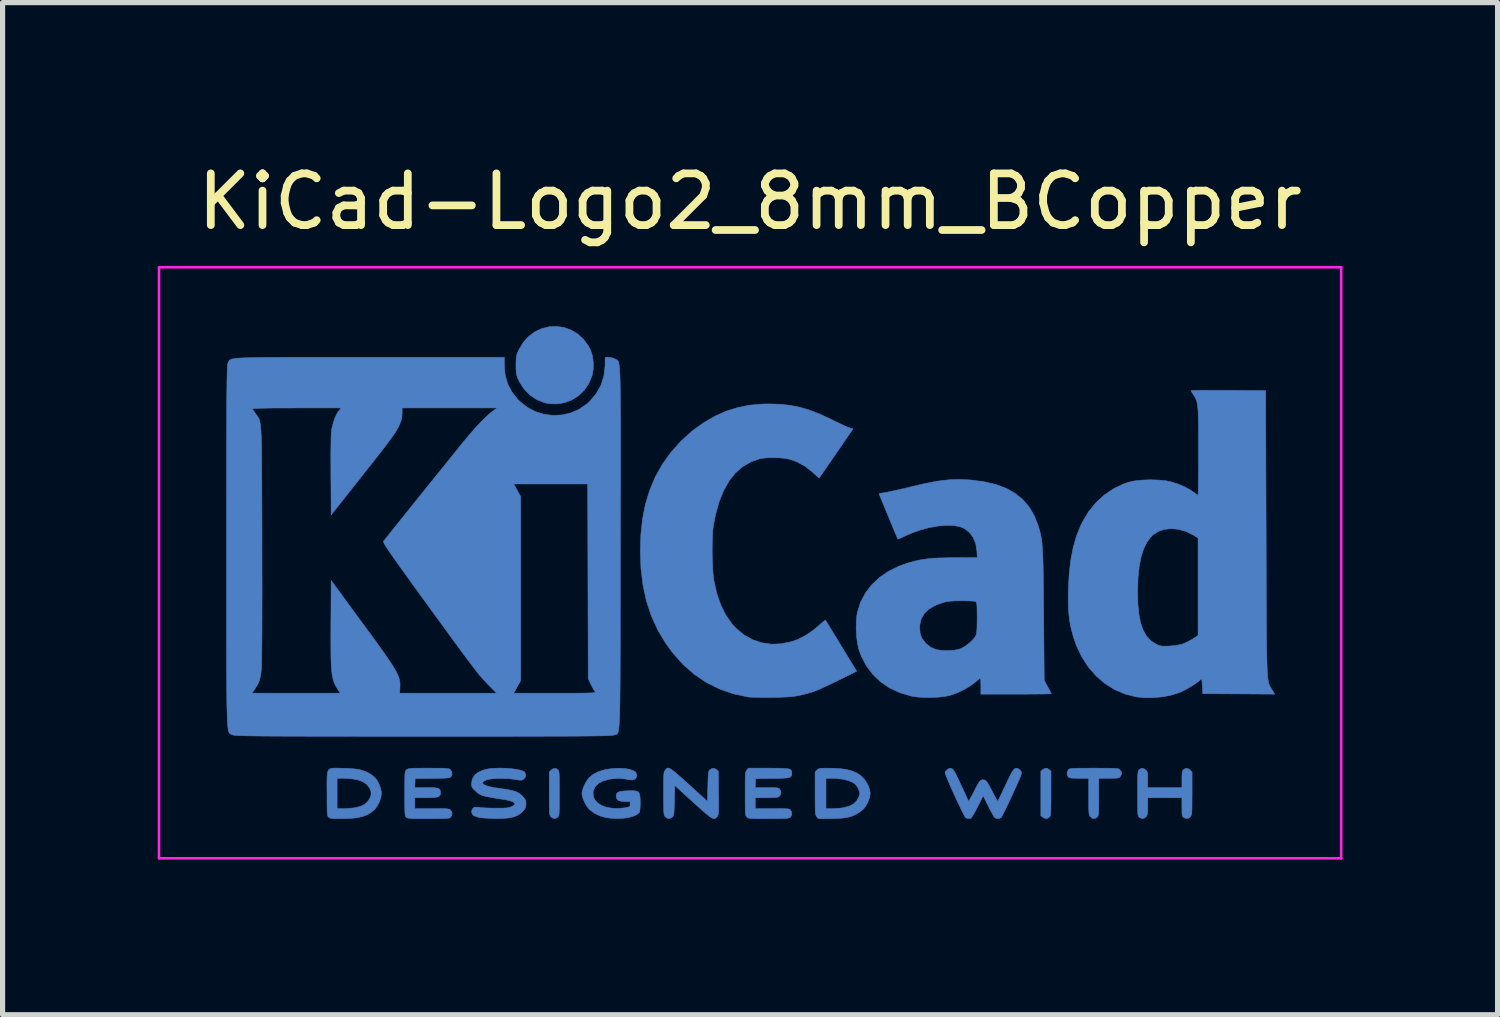
<source format=kicad_pcb>
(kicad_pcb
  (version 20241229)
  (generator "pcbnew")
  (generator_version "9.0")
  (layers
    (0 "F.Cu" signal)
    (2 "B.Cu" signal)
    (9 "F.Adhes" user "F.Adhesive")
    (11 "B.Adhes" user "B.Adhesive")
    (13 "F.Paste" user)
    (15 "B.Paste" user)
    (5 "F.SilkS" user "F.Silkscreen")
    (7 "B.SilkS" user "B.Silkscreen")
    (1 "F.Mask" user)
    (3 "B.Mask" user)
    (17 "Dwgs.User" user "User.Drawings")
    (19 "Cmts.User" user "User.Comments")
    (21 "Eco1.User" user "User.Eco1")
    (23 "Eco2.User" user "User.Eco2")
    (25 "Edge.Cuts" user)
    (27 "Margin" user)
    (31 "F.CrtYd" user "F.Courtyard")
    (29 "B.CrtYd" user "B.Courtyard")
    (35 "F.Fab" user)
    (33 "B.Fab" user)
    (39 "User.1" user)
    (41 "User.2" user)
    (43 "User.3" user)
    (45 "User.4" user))
  (footprint "KiCad-Logo2_8mm_BCopper"
    (layer "F.Cu")
    (at 11.455 7.198)
    (property "Reference" "KiCad-Logo2_8mm_BCopper" (at 0 -6.35 0) (layer "F.SilkS") (effects (font (size 1 1) (thickness 0.15))))
    (attr exclude_from_pos_files exclude_from_bom)
    (fp_poly (pts (xy 5.752 4.615) (xy 5.783 4.635) (xy 5.819 4.664) (xy 5.819 5.092) (xy 5.819 5.217) (xy 5.818 5.316) (xy 5.817 5.391) (xy 5.815 5.447) (xy 5.812 5.487) (xy 5.808 5.515) (xy 5.802 5.533) (xy 5.795 5.545) (xy 5.79 5.552) (xy 5.748 5.579) (xy 5.701 5.578) (xy 5.659 5.555) (xy 5.623 5.526) (xy 5.623 4.664) (xy 5.659 4.635) (xy 5.693 4.614) (xy 5.721 4.606) (xy 5.752 4.615)) (stroke (width 0.01) (type solid)) (fill yes) (layer "B.Cu"))
    (fp_poly (pts (xy -3.718 4.636) (xy -3.709 4.647) (xy -3.702 4.66) (xy -3.697 4.679) (xy -3.693 4.708) (xy -3.69 4.751) (xy -3.689 4.811) (xy -3.688 4.89) (xy -3.688 4.994) (xy -3.688 5.095) (xy -3.688 5.22) (xy -3.688 5.318) (xy -3.689 5.393) (xy -3.691 5.449) (xy -3.694 5.489) (xy -3.698 5.516) (xy -3.703 5.533) (xy -3.711 5.545) (xy -3.718 5.553) (xy -3.762 5.579) (xy -3.808 5.577) (xy -3.85 5.549) (xy -3.86 5.537) (xy -3.867 5.524) (xy -3.873 5.506) (xy -3.877 5.479) (xy -3.88 5.439) (xy -3.882 5.383) (xy -3.883 5.308) (xy -3.883 5.209) (xy -3.883 5.097) (xy -3.883 4.68) (xy -3.846 4.643) (xy -3.801 4.612) (xy -3.756 4.611) (xy -3.718 4.636)) (stroke (width 0.01) (type solid)) (fill yes) (layer "B.Cu"))
    (fp_poly (pts (xy -3.602 -3.916) (xy -3.466 -3.869) (xy -3.339 -3.794) (xy -3.226 -3.693) (xy -3.13 -3.564) (xy -3.087 -3.483) (xy -3.05 -3.37) (xy -3.032 -3.239) (xy -3.034 -3.105) (xy -3.056 -2.983) (xy -3.117 -2.834) (xy -3.205 -2.705) (xy -3.315 -2.598) (xy -3.444 -2.516) (xy -3.587 -2.461) (xy -3.739 -2.436) (xy -3.896 -2.444) (xy -3.973 -2.46) (xy -4.124 -2.519) (xy -4.258 -2.608) (xy -4.372 -2.726) (xy -4.463 -2.869) (xy -4.47 -2.885) (xy -4.497 -2.943) (xy -4.513 -2.993) (xy -4.522 -3.045) (xy -4.526 -3.111) (xy -4.527 -3.184) (xy -4.526 -3.271) (xy -4.521 -3.334) (xy -4.511 -3.385) (xy -4.492 -3.436) (xy -4.469 -3.487) (xy -4.384 -3.63) (xy -4.279 -3.745) (xy -4.158 -3.834) (xy -4.026 -3.895) (xy -3.886 -3.929) (xy -3.744 -3.936) (xy -3.602 -3.916)) (stroke (width 0.01) (type solid)) (fill yes) (layer "B.Cu"))
    (fp_poly (pts (xy 6.783 4.607) (xy 6.887 4.607) (xy 6.969 4.608) (xy 7.03 4.61) (xy 7.074 4.613) (xy 7.105 4.616) (xy 7.126 4.621) (xy 7.139 4.628) (xy 7.146 4.633) (xy 7.18 4.676) (xy 7.184 4.721) (xy 7.163 4.762) (xy 7.149 4.778) (xy 7.134 4.789) (xy 7.113 4.796) (xy 7.079 4.8) (xy 7.027 4.801) (xy 6.952 4.802) (xy 6.937 4.802) (xy 6.743 4.802) (xy 6.743 5.163) (xy 6.743 5.276) (xy 6.742 5.364) (xy 6.741 5.429) (xy 6.739 5.475) (xy 6.735 5.507) (xy 6.729 5.528) (xy 6.722 5.543) (xy 6.713 5.553) (xy 6.669 5.58) (xy 6.623 5.578) (xy 6.582 5.547) (xy 6.579 5.544) (xy 6.569 5.53) (xy 6.561 5.513) (xy 6.556 5.49) (xy 6.552 5.457) (xy 6.55 5.409) (xy 6.548 5.343) (xy 6.548 5.254) (xy 6.548 5.153) (xy 6.548 4.802) (xy 6.362 4.802) (xy 6.282 4.801) (xy 6.227 4.799) (xy 6.191 4.795) (xy 6.168 4.787) (xy 6.153 4.776) (xy 6.152 4.774) (xy 6.13 4.73) (xy 6.132 4.68) (xy 6.157 4.636) (xy 6.167 4.628) (xy 6.179 4.621) (xy 6.198 4.616) (xy 6.226 4.612) (xy 6.267 4.61) (xy 6.324 4.608) (xy 6.4 4.607) (xy 6.499 4.607) (xy 6.624 4.606) (xy 6.651 4.606) (xy 6.783 4.607)) (stroke (width 0.01) (type solid)) (fill yes) (layer "B.Cu"))
    (fp_poly (pts (xy 8.468 4.614) (xy 8.51 4.643) (xy 8.547 4.68) (xy 8.547 5.092) (xy 8.546 5.214) (xy 8.546 5.31) (xy 8.545 5.384) (xy 8.543 5.438) (xy 8.54 5.476) (xy 8.536 5.503) (xy 8.529 5.521) (xy 8.522 5.535) (xy 8.515 5.544) (xy 8.474 5.576) (xy 8.427 5.58) (xy 8.385 5.56) (xy 8.37 5.548) (xy 8.361 5.532) (xy 8.355 5.507) (xy 8.352 5.466) (xy 8.351 5.405) (xy 8.351 5.357) (xy 8.351 5.178) (xy 7.69 5.178) (xy 7.69 5.341) (xy 7.689 5.416) (xy 7.686 5.467) (xy 7.681 5.501) (xy 7.671 5.526) (xy 7.659 5.544) (xy 7.618 5.576) (xy 7.571 5.58) (xy 7.526 5.557) (xy 7.514 5.545) (xy 7.506 5.529) (xy 7.5 5.504) (xy 7.497 5.465) (xy 7.495 5.406) (xy 7.494 5.324) (xy 7.494 5.305) (xy 7.493 5.15) (xy 7.493 5.023) (xy 7.493 4.919) (xy 7.494 4.838) (xy 7.495 4.775) (xy 7.497 4.728) (xy 7.501 4.695) (xy 7.505 4.671) (xy 7.51 4.656) (xy 7.517 4.645) (xy 7.525 4.636) (xy 7.567 4.61) (xy 7.611 4.614) (xy 7.653 4.643) (xy 7.67 4.662) (xy 7.681 4.684) (xy 7.687 4.714) (xy 7.689 4.76) (xy 7.69 4.828) (xy 7.69 4.982) (xy 8.351 4.982) (xy 8.351 4.824) (xy 8.352 4.752) (xy 8.355 4.703) (xy 8.36 4.671) (xy 8.37 4.649) (xy 8.381 4.636) (xy 8.424 4.61) (xy 8.468 4.614)) (stroke (width 0.01) (type solid)) (fill yes) (layer "B.Cu"))
    (fp_poly (pts (xy 1.531 4.607) (xy 1.703 4.612) (xy 1.849 4.63) (xy 1.971 4.661) (xy 2.073 4.705) (xy 2.157 4.764) (xy 2.224 4.84) (xy 2.278 4.932) (xy 2.279 4.934) (xy 2.311 5.017) (xy 2.323 5.09) (xy 2.314 5.164) (xy 2.283 5.248) (xy 2.278 5.261) (xy 2.239 5.336) (xy 2.195 5.394) (xy 2.139 5.443) (xy 2.062 5.492) (xy 2.057 5.494) (xy 1.99 5.527) (xy 1.915 5.551) (xy 1.825 5.567) (xy 1.718 5.578) (xy 1.586 5.582) (xy 1.54 5.583) (xy 1.319 5.583) (xy 1.288 5.544) (xy 1.279 5.531) (xy 1.272 5.516) (xy 1.266 5.494) (xy 1.263 5.464) (xy 1.26 5.42) (xy 1.259 5.388) (xy 1.468 5.388) (xy 1.593 5.388) (xy 1.666 5.386) (xy 1.741 5.38) (xy 1.802 5.372) (xy 1.806 5.372) (xy 1.916 5.342) (xy 2 5.298) (xy 2.064 5.237) (xy 2.107 5.157) (xy 2.115 5.136) (xy 2.122 5.103) (xy 2.119 5.071) (xy 2.103 5.028) (xy 2.094 5.006) (xy 2.063 4.95) (xy 2.025 4.91) (xy 1.984 4.883) (xy 1.902 4.847) (xy 1.796 4.821) (xy 1.673 4.806) (xy 1.584 4.802) (xy 1.468 4.802) (xy 1.468 5.388) (xy 1.259 5.388) (xy 1.258 5.36) (xy 1.258 5.279) (xy 1.257 5.174) (xy 1.257 5.092) (xy 1.257 4.68) (xy 1.294 4.643) (xy 1.31 4.628) (xy 1.328 4.618) (xy 1.353 4.612) (xy 1.39 4.608) (xy 1.446 4.607) (xy 1.526 4.607) (xy 1.531 4.607)) (stroke (width 0.01) (type solid)) (fill yes) (layer "B.Cu"))
    (fp_poly (pts (xy -7.975 4.606) (xy -7.922 4.607) (xy -7.768 4.611) (xy -7.639 4.622) (xy -7.531 4.641) (xy -7.439 4.67) (xy -7.358 4.711) (xy -7.286 4.763) (xy -7.259 4.785) (xy -7.216 4.838) (xy -7.177 4.91) (xy -7.147 4.99) (xy -7.131 5.067) (xy -7.129 5.095) (xy -7.14 5.173) (xy -7.169 5.259) (xy -7.21 5.34) (xy -7.259 5.404) (xy -7.267 5.412) (xy -7.335 5.467) (xy -7.409 5.51) (xy -7.493 5.541) (xy -7.593 5.564) (xy -7.712 5.577) (xy -7.854 5.583) (xy -7.919 5.583) (xy -8.002 5.583) (xy -8.06 5.581) (xy -8.099 5.578) (xy -8.125 5.571) (xy -8.142 5.562) (xy -8.151 5.553) (xy -8.16 5.543) (xy -8.167 5.53) (xy -8.172 5.511) (xy -8.176 5.481) (xy -8.179 5.439) (xy -8.18 5.379) (xy -8.181 5.299) (xy -8.181 5.196) (xy -8.181 5.095) (xy -8.182 4.961) (xy -8.182 4.853) (xy -8.18 4.802) (xy -7.986 4.802) (xy -7.986 5.388) (xy -7.862 5.388) (xy -7.787 5.386) (xy -7.709 5.38) (xy -7.644 5.372) (xy -7.642 5.372) (xy -7.537 5.347) (xy -7.455 5.307) (xy -7.393 5.251) (xy -7.353 5.189) (xy -7.329 5.122) (xy -7.331 5.058) (xy -7.359 4.99) (xy -7.414 4.919) (xy -7.491 4.867) (xy -7.59 4.832) (xy -7.657 4.819) (xy -7.732 4.811) (xy -7.812 4.804) (xy -7.881 4.802) (xy -7.885 4.802) (xy -7.986 4.802) (xy -8.18 4.802) (xy -8.18 4.77) (xy -8.174 4.708) (xy -8.163 4.663) (xy -8.145 4.634) (xy -8.119 4.617) (xy -8.083 4.608) (xy -8.036 4.606) (xy -7.975 4.606)) (stroke (width 0.01) (type solid)) (fill yes) (layer "B.Cu"))
    (fp_poly (pts (xy -1.556 4.612) (xy -1.524 4.631) (xy -1.483 4.661) (xy -1.431 4.704) (xy -1.364 4.762) (xy -1.281 4.835) (xy -1.18 4.926) (xy -1.065 5.031) (xy -0.824 5.249) (xy -0.817 4.957) (xy -0.814 4.856) (xy -0.812 4.781) (xy -0.808 4.727) (xy -0.804 4.691) (xy -0.799 4.667) (xy -0.79 4.651) (xy -0.78 4.64) (xy -0.774 4.635) (xy -0.728 4.61) (xy -0.684 4.614) (xy -0.649 4.635) (xy -0.614 4.664) (xy -0.61 5.083) (xy -0.608 5.206) (xy -0.608 5.303) (xy -0.608 5.377) (xy -0.609 5.432) (xy -0.612 5.471) (xy -0.616 5.499) (xy -0.621 5.518) (xy -0.629 5.532) (xy -0.637 5.543) (xy -0.655 5.564) (xy -0.673 5.578) (xy -0.693 5.583) (xy -0.718 5.578) (xy -0.751 5.562) (xy -0.793 5.533) (xy -0.848 5.489) (xy -0.917 5.429) (xy -1.004 5.352) (xy -1.102 5.263) (xy -1.456 4.942) (xy -1.463 5.234) (xy -1.466 5.335) (xy -1.469 5.41) (xy -1.472 5.463) (xy -1.476 5.5) (xy -1.482 5.523) (xy -1.49 5.539) (xy -1.501 5.55) (xy -1.506 5.555) (xy -1.555 5.58) (xy -1.602 5.576) (xy -1.642 5.544) (xy -1.652 5.531) (xy -1.659 5.515) (xy -1.664 5.494) (xy -1.668 5.464) (xy -1.671 5.42) (xy -1.672 5.359) (xy -1.673 5.278) (xy -1.674 5.173) (xy -1.674 5.095) (xy -1.673 4.973) (xy -1.673 4.878) (xy -1.672 4.805) (xy -1.67 4.751) (xy -1.667 4.713) (xy -1.662 4.686) (xy -1.656 4.668) (xy -1.648 4.654) (xy -1.642 4.646) (xy -1.627 4.627) (xy -1.613 4.613) (xy -1.598 4.605) (xy -1.58 4.604) (xy -1.556 4.612)) (stroke (width 0.01) (type solid)) (fill yes) (layer "B.Cu"))
    (fp_poly (pts (xy -2.421 4.614) (xy -2.33 4.629) (xy -2.26 4.653) (xy -2.214 4.684) (xy -2.202 4.702) (xy -2.189 4.744) (xy -2.198 4.781) (xy -2.225 4.817) (xy -2.266 4.834) (xy -2.327 4.832) (xy -2.374 4.823) (xy -2.478 4.806) (xy -2.584 4.804) (xy -2.703 4.818) (xy -2.736 4.824) (xy -2.846 4.855) (xy -2.933 4.902) (xy -2.994 4.963) (xy -3.03 5.037) (xy -3.037 5.075) (xy -3.032 5.154) (xy -3.001 5.223) (xy -2.947 5.281) (xy -2.872 5.328) (xy -2.779 5.362) (xy -2.671 5.382) (xy -2.551 5.386) (xy -2.422 5.373) (xy -2.415 5.371) (xy -2.364 5.362) (xy -2.335 5.353) (xy -2.323 5.339) (xy -2.32 5.316) (xy -2.32 5.304) (xy -2.32 5.253) (xy -2.411 5.253) (xy -2.492 5.247) (xy -2.546 5.23) (xy -2.578 5.198) (xy -2.59 5.152) (xy -2.59 5.146) (xy -2.583 5.106) (xy -2.56 5.078) (xy -2.517 5.059) (xy -2.45 5.049) (xy -2.385 5.045) (xy -2.291 5.042) (xy -2.223 5.046) (xy -2.176 5.059) (xy -2.147 5.085) (xy -2.132 5.127) (xy -2.126 5.191) (xy -2.124 5.273) (xy -2.126 5.366) (xy -2.132 5.429) (xy -2.141 5.462) (xy -2.143 5.465) (xy -2.195 5.507) (xy -2.271 5.54) (xy -2.366 5.564) (xy -2.476 5.578) (xy -2.596 5.58) (xy -2.72 5.572) (xy -2.793 5.561) (xy -2.908 5.528) (xy -3.015 5.475) (xy -3.104 5.406) (xy -3.118 5.393) (xy -3.162 5.335) (xy -3.202 5.263) (xy -3.232 5.188) (xy -3.25 5.119) (xy -3.252 5.093) (xy -3.243 5.038) (xy -3.219 4.97) (xy -3.186 4.898) (xy -3.146 4.833) (xy -3.112 4.789) (xy -3.031 4.724) (xy -2.926 4.672) (xy -2.801 4.635) (xy -2.66 4.613) (xy -2.53 4.608) (xy -2.421 4.614)) (stroke (width 0.01) (type solid)) (fill yes) (layer "B.Cu"))
    (fp_poly (pts (xy 0.482 4.607) (xy 0.583 4.608) (xy 0.661 4.611) (xy 0.719 4.616) (xy 0.758 4.624) (xy 0.784 4.636) (xy 0.798 4.652) (xy 0.805 4.673) (xy 0.806 4.699) (xy 0.806 4.703) (xy 0.805 4.733) (xy 0.799 4.756) (xy 0.784 4.774) (xy 0.757 4.786) (xy 0.715 4.794) (xy 0.655 4.8) (xy 0.572 4.803) (xy 0.463 4.805) (xy 0.43 4.805) (xy 0.107 4.809) (xy 0.103 4.896) (xy 0.098 4.982) (xy 0.322 4.982) (xy 0.41 4.982) (xy 0.472 4.984) (xy 0.515 4.987) (xy 0.542 4.992) (xy 0.56 5) (xy 0.573 5.012) (xy 0.573 5.012) (xy 0.596 5.056) (xy 0.595 5.105) (xy 0.571 5.146) (xy 0.566 5.15) (xy 0.549 5.161) (xy 0.525 5.169) (xy 0.49 5.174) (xy 0.438 5.176) (xy 0.364 5.177) (xy 0.316 5.178) (xy 0.1 5.178) (xy 0.1 5.388) (xy 0.428 5.388) (xy 0.537 5.388) (xy 0.619 5.389) (xy 0.679 5.391) (xy 0.721 5.393) (xy 0.749 5.398) (xy 0.767 5.404) (xy 0.778 5.412) (xy 0.781 5.415) (xy 0.803 5.457) (xy 0.805 5.505) (xy 0.787 5.547) (xy 0.773 5.56) (xy 0.758 5.567) (xy 0.736 5.573) (xy 0.702 5.577) (xy 0.653 5.58) (xy 0.585 5.582) (xy 0.495 5.583) (xy 0.379 5.583) (xy 0.353 5.583) (xy 0.235 5.583) (xy 0.143 5.583) (xy 0.075 5.582) (xy 0.025 5.58) (xy -0.01 5.577) (xy -0.033 5.572) (xy -0.048 5.565) (xy -0.059 5.557) (xy -0.065 5.55) (xy -0.074 5.539) (xy -0.081 5.526) (xy -0.086 5.506) (xy -0.09 5.477) (xy -0.093 5.434) (xy -0.094 5.374) (xy -0.095 5.294) (xy -0.095 5.189) (xy -0.095 5.102) (xy -0.095 4.979) (xy -0.095 4.882) (xy -0.094 4.808) (xy -0.092 4.754) (xy -0.089 4.715) (xy -0.085 4.688) (xy -0.079 4.669) (xy -0.071 4.655) (xy -0.064 4.646) (xy -0.033 4.606) (xy 0.353 4.606) (xy 0.482 4.607)) (stroke (width 0.01) (type solid)) (fill yes) (layer "B.Cu"))
    (fp_poly (pts (xy -6.099 4.607) (xy -6.007 4.607) (xy -5.937 4.608) (xy -5.886 4.61) (xy -5.851 4.614) (xy -5.827 4.618) (xy -5.811 4.625) (xy -5.799 4.633) (xy -5.795 4.637) (xy -5.768 4.678) (xy -5.763 4.726) (xy -5.781 4.768) (xy -5.789 4.777) (xy -5.802 4.785) (xy -5.823 4.791) (xy -5.855 4.796) (xy -5.903 4.8) (xy -5.971 4.802) (xy -6.062 4.804) (xy -6.146 4.805) (xy -6.476 4.809) (xy -6.485 4.982) (xy -6.261 4.982) (xy -6.164 4.983) (xy -6.092 4.986) (xy -6.043 4.994) (xy -6.012 5.007) (xy -5.995 5.028) (xy -5.988 5.057) (xy -5.987 5.084) (xy -5.99 5.117) (xy -6.003 5.141) (xy -6.028 5.158) (xy -6.071 5.169) (xy -6.133 5.175) (xy -6.221 5.177) (xy -6.268 5.178) (xy -6.483 5.178) (xy -6.483 5.388) (xy -6.152 5.388) (xy -6.044 5.388) (xy -5.962 5.389) (xy -5.901 5.39) (xy -5.859 5.393) (xy -5.83 5.397) (xy -5.811 5.404) (xy -5.798 5.412) (xy -5.792 5.418) (xy -5.769 5.454) (xy -5.762 5.486) (xy -5.772 5.525) (xy -5.792 5.553) (xy -5.802 5.562) (xy -5.816 5.569) (xy -5.836 5.575) (xy -5.866 5.578) (xy -5.911 5.581) (xy -5.973 5.582) (xy -6.056 5.583) (xy -6.164 5.583) (xy -6.22 5.583) (xy -6.34 5.583) (xy -6.434 5.583) (xy -6.505 5.582) (xy -6.556 5.58) (xy -6.592 5.576) (xy -6.617 5.572) (xy -6.633 5.566) (xy -6.644 5.558) (xy -6.648 5.553) (xy -6.657 5.543) (xy -6.664 5.53) (xy -6.669 5.511) (xy -6.673 5.481) (xy -6.676 5.438) (xy -6.677 5.379) (xy -6.678 5.298) (xy -6.678 5.194) (xy -6.678 5.097) (xy -6.678 4.973) (xy -6.678 4.876) (xy -6.677 4.801) (xy -6.676 4.746) (xy -6.673 4.707) (xy -6.669 4.681) (xy -6.663 4.663) (xy -6.656 4.651) (xy -6.646 4.641) (xy -6.644 4.639) (xy -6.632 4.629) (xy -6.619 4.622) (xy -6.6 4.616) (xy -6.571 4.612) (xy -6.53 4.609) (xy -6.472 4.607) (xy -6.394 4.607) (xy -6.291 4.606) (xy -6.218 4.606) (xy -6.099 4.607)) (stroke (width 0.01) (type solid)) (fill yes) (layer "B.Cu"))
    (fp_poly (pts (xy 5.161 4.609) (xy 5.187 4.618) (xy 5.188 4.619) (xy 5.223 4.646) (xy 5.243 4.674) (xy 5.246 4.687) (xy 5.246 4.704) (xy 5.241 4.729) (xy 5.229 4.764) (xy 5.21 4.812) (xy 5.182 4.878) (xy 5.144 4.962) (xy 5.095 5.07) (xy 5.068 5.129) (xy 5.019 5.233) (xy 4.974 5.33) (xy 4.933 5.414) (xy 4.898 5.483) (xy 4.872 5.533) (xy 4.856 5.561) (xy 4.852 5.565) (xy 4.811 5.581) (xy 4.764 5.579) (xy 4.727 5.559) (xy 4.725 5.557) (xy 4.711 5.534) (xy 4.686 5.491) (xy 4.654 5.431) (xy 4.618 5.361) (xy 4.605 5.336) (xy 4.507 5.14) (xy 4.401 5.352) (xy 4.363 5.426) (xy 4.328 5.489) (xy 4.298 5.538) (xy 4.277 5.568) (xy 4.27 5.574) (xy 4.215 5.582) (xy 4.169 5.565) (xy 4.155 5.546) (xy 4.132 5.503) (xy 4.101 5.442) (xy 4.064 5.366) (xy 4.022 5.278) (xy 3.978 5.185) (xy 3.934 5.089) (xy 3.892 4.994) (xy 3.853 4.906) (xy 3.82 4.827) (xy 3.793 4.763) (xy 3.776 4.717) (xy 3.77 4.693) (xy 3.77 4.692) (xy 3.785 4.663) (xy 3.814 4.633) (xy 3.816 4.631) (xy 3.852 4.611) (xy 3.885 4.611) (xy 3.898 4.615) (xy 3.913 4.623) (xy 3.929 4.64) (xy 3.949 4.667) (xy 3.973 4.71) (xy 4.003 4.771) (xy 4.043 4.854) (xy 4.078 4.93) (xy 4.119 5.018) (xy 4.156 5.097) (xy 4.186 5.164) (xy 4.209 5.213) (xy 4.221 5.241) (xy 4.223 5.245) (xy 4.231 5.238) (xy 4.25 5.208) (xy 4.277 5.16) (xy 4.31 5.098) (xy 4.323 5.072) (xy 4.366 4.986) (xy 4.4 4.923) (xy 4.427 4.88) (xy 4.449 4.853) (xy 4.469 4.838) (xy 4.491 4.832) (xy 4.505 4.832) (xy 4.529 4.834) (xy 4.551 4.843) (xy 4.573 4.863) (xy 4.597 4.897) (xy 4.627 4.949) (xy 4.665 5.022) (xy 4.687 5.064) (xy 4.721 5.131) (xy 4.751 5.186) (xy 4.774 5.226) (xy 4.787 5.244) (xy 4.789 5.245) (xy 4.798 5.23) (xy 4.817 5.193) (xy 4.845 5.135) (xy 4.88 5.062) (xy 4.919 4.978) (xy 4.939 4.937) (xy 4.99 4.829) (xy 5.03 4.746) (xy 5.063 4.685) (xy 5.091 4.644) (xy 5.115 4.619) (xy 5.137 4.608) (xy 5.161 4.609)) (stroke (width 0.01) (type solid)) (fill yes) (layer "B.Cu"))
    (fp_poly (pts (xy -4.74 4.608) (xy -4.64 4.615) (xy -4.548 4.626) (xy -4.467 4.64) (xy -4.405 4.658) (xy -4.365 4.678) (xy -4.359 4.684) (xy -4.338 4.73) (xy -4.345 4.777) (xy -4.377 4.818) (xy -4.379 4.819) (xy -4.398 4.831) (xy -4.418 4.838) (xy -4.446 4.839) (xy -4.489 4.834) (xy -4.554 4.824) (xy -4.559 4.823) (xy -4.656 4.811) (xy -4.761 4.805) (xy -4.865 4.805) (xy -4.963 4.81) (xy -5.047 4.821) (xy -5.108 4.837) (xy -5.112 4.839) (xy -5.157 4.864) (xy -5.173 4.889) (xy -5.161 4.914) (xy -5.121 4.938) (xy -5.056 4.96) (xy -4.965 4.98) (xy -4.905 4.989) (xy -4.78 5.007) (xy -4.68 5.023) (xy -4.601 5.04) (xy -4.54 5.057) (xy -4.492 5.078) (xy -4.453 5.102) (xy -4.417 5.132) (xy -4.389 5.161) (xy -4.356 5.203) (xy -4.339 5.238) (xy -4.334 5.281) (xy -4.334 5.297) (xy -4.338 5.35) (xy -4.353 5.39) (xy -4.38 5.424) (xy -4.434 5.478) (xy -4.495 5.519) (xy -4.567 5.548) (xy -4.653 5.567) (xy -4.76 5.578) (xy -4.891 5.581) (xy -4.912 5.581) (xy -5 5.579) (xy -5.086 5.575) (xy -5.163 5.569) (xy -5.22 5.562) (xy -5.224 5.562) (xy -5.281 5.548) (xy -5.329 5.531) (xy -5.356 5.516) (xy -5.381 5.475) (xy -5.383 5.428) (xy -5.361 5.385) (xy -5.356 5.381) (xy -5.336 5.366) (xy -5.311 5.36) (xy -5.272 5.361) (xy -5.224 5.367) (xy -5.172 5.372) (xy -5.098 5.376) (xy -5.011 5.379) (xy -4.921 5.38) (xy -4.897 5.38) (xy -4.807 5.38) (xy -4.741 5.378) (xy -4.693 5.374) (xy -4.658 5.368) (xy -4.63 5.358) (xy -4.613 5.35) (xy -4.575 5.328) (xy -4.551 5.308) (xy -4.548 5.302) (xy -4.555 5.279) (xy -4.59 5.256) (xy -4.65 5.235) (xy -4.733 5.217) (xy -4.758 5.213) (xy -4.886 5.193) (xy -4.987 5.176) (xy -5.068 5.162) (xy -5.13 5.148) (xy -5.178 5.134) (xy -5.216 5.118) (xy -5.248 5.099) (xy -5.278 5.077) (xy -5.309 5.049) (xy -5.32 5.039) (xy -5.357 5.003) (xy -5.377 4.974) (xy -5.385 4.941) (xy -5.386 4.899) (xy -5.372 4.818) (xy -5.331 4.748) (xy -5.263 4.691) (xy -5.168 4.647) (xy -5.1 4.628) (xy -5.027 4.615) (xy -4.939 4.608) (xy -4.841 4.605) (xy -4.74 4.608)) (stroke (width 0.01) (type solid)) (fill yes) (layer "B.Cu"))
    (fp_poly (pts (xy 0.581 -2.431) (xy 0.777 -2.409) (xy 0.967 -2.371) (xy 1.158 -2.314) (xy 1.358 -2.236) (xy 1.576 -2.135) (xy 1.615 -2.115) (xy 1.705 -2.071) (xy 1.79 -2.031) (xy 1.861 -1.999) (xy 1.91 -1.979) (xy 1.918 -1.977) (xy 1.991 -1.955) (xy 1.665 -1.481) (xy 1.585 -1.365) (xy 1.512 -1.259) (xy 1.449 -1.167) (xy 1.397 -1.092) (xy 1.359 -1.038) (xy 1.339 -1.008) (xy 1.335 -1.003) (xy 1.322 -1.013) (xy 1.288 -1.043) (xy 1.24 -1.087) (xy 1.214 -1.112) (xy 1.065 -1.231) (xy 0.897 -1.321) (xy 0.753 -1.37) (xy 0.666 -1.386) (xy 0.558 -1.395) (xy 0.44 -1.398) (xy 0.326 -1.395) (xy 0.229 -1.385) (xy 0.19 -1.378) (xy 0.015 -1.317) (xy -0.143 -1.225) (xy -0.284 -1.102) (xy -0.407 -0.947) (xy -0.512 -0.76) (xy -0.599 -0.543) (xy -0.669 -0.294) (xy -0.71 -0.082) (xy -0.721 0.012) (xy -0.728 0.134) (xy -0.732 0.273) (xy -0.733 0.423) (xy -0.73 0.575) (xy -0.725 0.718) (xy -0.716 0.846) (xy -0.704 0.949) (xy -0.702 0.964) (xy -0.646 1.22) (xy -0.569 1.445) (xy -0.472 1.643) (xy -0.353 1.813) (xy -0.269 1.905) (xy -0.117 2.03) (xy 0.049 2.123) (xy 0.227 2.182) (xy 0.414 2.209) (xy 0.607 2.201) (xy 0.803 2.16) (xy 0.92 2.119) (xy 1.08 2.037) (xy 1.246 1.92) (xy 1.339 1.84) (xy 1.391 1.794) (xy 1.432 1.761) (xy 1.455 1.745) (xy 1.458 1.744) (xy 1.469 1.761) (xy 1.496 1.804) (xy 1.537 1.872) (xy 1.59 1.959) (xy 1.653 2.062) (xy 1.723 2.177) (xy 1.762 2.241) (xy 2.061 2.732) (xy 1.688 2.916) (xy 1.553 2.982) (xy 1.444 3.034) (xy 1.354 3.075) (xy 1.276 3.107) (xy 1.203 3.133) (xy 1.13 3.155) (xy 1.049 3.176) (xy 0.971 3.195) (xy 0.901 3.209) (xy 0.829 3.22) (xy 0.746 3.228) (xy 0.645 3.233) (xy 0.52 3.237) (xy 0.435 3.239) (xy 0.315 3.24) (xy 0.199 3.239) (xy 0.096 3.237) (xy 0.013 3.234) (xy -0.042 3.229) (xy -0.045 3.228) (xy -0.33 3.167) (xy -0.598 3.073) (xy -0.848 2.948) (xy -1.08 2.791) (xy -1.295 2.602) (xy -1.492 2.382) (xy -1.635 2.186) (xy -1.787 1.93) (xy -1.91 1.659) (xy -2.005 1.372) (xy -2.071 1.066) (xy -2.11 0.74) (xy -2.122 0.408) (xy -2.112 0.087) (xy -2.08 -0.209) (xy -2.026 -0.486) (xy -1.948 -0.747) (xy -1.845 -0.999) (xy -1.833 -1.025) (xy -1.697 -1.268) (xy -1.531 -1.5) (xy -1.338 -1.716) (xy -1.125 -1.91) (xy -0.894 -2.077) (xy -0.679 -2.2) (xy -0.462 -2.297) (xy -0.244 -2.366) (xy -0.018 -2.412) (xy 0.226 -2.434) (xy 0.372 -2.437) (xy 0.581 -2.431)) (stroke (width 0.01) (type solid)) (fill yes) (layer "B.Cu"))
    (fp_poly (pts (xy 9.042 -2.7) (xy 9.196 -2.699) (xy 9.248 -2.699) (xy 9.97 -2.694) (xy 9.979 0.073) (xy 9.98 0.448) (xy 9.981 0.788) (xy 9.982 1.096) (xy 9.983 1.373) (xy 9.984 1.621) (xy 9.985 1.841) (xy 9.986 2.036) (xy 9.988 2.206) (xy 9.99 2.354) (xy 9.993 2.482) (xy 9.996 2.592) (xy 9.999 2.684) (xy 10.003 2.761) (xy 10.008 2.825) (xy 10.013 2.877) (xy 10.02 2.92) (xy 10.027 2.954) (xy 10.035 2.982) (xy 10.044 3.005) (xy 10.055 3.026) (xy 10.066 3.045) (xy 10.079 3.066) (xy 10.093 3.089) (xy 10.096 3.093) (xy 10.144 3.175) (xy 8.754 3.166) (xy 8.745 3.013) (xy 8.74 2.94) (xy 8.735 2.898) (xy 8.728 2.881) (xy 8.717 2.884) (xy 8.709 2.894) (xy 8.67 2.929) (xy 8.608 2.975) (xy 8.531 3.025) (xy 8.447 3.074) (xy 8.365 3.117) (xy 8.302 3.145) (xy 8.155 3.192) (xy 7.986 3.225) (xy 7.808 3.243) (xy 7.633 3.245) (xy 7.474 3.229) (xy 7.472 3.229) (xy 7.254 3.174) (xy 7.05 3.087) (xy 6.863 2.97) (xy 6.693 2.824) (xy 6.542 2.651) (xy 6.414 2.453) (xy 6.309 2.232) (xy 6.252 2.068) (xy 6.215 1.931) (xy 6.187 1.799) (xy 6.168 1.663) (xy 6.157 1.514) (xy 6.153 1.347) (xy 6.155 1.209) (xy 7.493 1.209) (xy 7.5 1.439) (xy 7.52 1.637) (xy 7.554 1.805) (xy 7.603 1.943) (xy 7.668 2.055) (xy 7.748 2.142) (xy 7.842 2.204) (xy 7.89 2.227) (xy 7.932 2.24) (xy 7.979 2.247) (xy 8.042 2.247) (xy 8.11 2.245) (xy 8.243 2.233) (xy 8.349 2.21) (xy 8.382 2.198) (xy 8.458 2.164) (xy 8.538 2.121) (xy 8.572 2.1) (xy 8.663 2.041) (xy 8.663 0.155) (xy 8.563 0.095) (xy 8.424 0.027) (xy 8.282 -0.013) (xy 8.142 -0.025) (xy 8.009 -0.011) (xy 7.889 0.031) (xy 7.787 0.099) (xy 7.754 0.131) (xy 7.675 0.239) (xy 7.61 0.368) (xy 7.561 0.523) (xy 7.525 0.704) (xy 7.503 0.915) (xy 7.494 1.157) (xy 7.493 1.209) (xy 6.155 1.209) (xy 6.155 1.152) (xy 6.171 0.854) (xy 6.201 0.584) (xy 6.248 0.34) (xy 6.312 0.118) (xy 6.394 -0.087) (xy 6.424 -0.148) (xy 6.542 -0.347) (xy 6.684 -0.523) (xy 6.848 -0.674) (xy 7.029 -0.798) (xy 7.225 -0.891) (xy 7.343 -0.929) (xy 7.458 -0.952) (xy 7.597 -0.965) (xy 7.748 -0.97) (xy 7.898 -0.965) (xy 8.038 -0.951) (xy 8.15 -0.928) (xy 8.283 -0.885) (xy 8.412 -0.829) (xy 8.525 -0.767) (xy 8.585 -0.725) (xy 8.627 -0.693) (xy 8.656 -0.674) (xy 8.662 -0.671) (xy 8.664 -0.689) (xy 8.666 -0.739) (xy 8.668 -0.819) (xy 8.669 -0.924) (xy 8.671 -1.051) (xy 8.672 -1.197) (xy 8.672 -1.357) (xy 8.672 -1.521) (xy 8.672 -1.731) (xy 8.672 -1.908) (xy 8.67 -2.055) (xy 8.668 -2.176) (xy 8.665 -2.274) (xy 8.659 -2.353) (xy 8.652 -2.416) (xy 8.643 -2.467) (xy 8.631 -2.508) (xy 8.616 -2.543) (xy 8.598 -2.576) (xy 8.577 -2.61) (xy 8.574 -2.614) (xy 8.546 -2.658) (xy 8.529 -2.688) (xy 8.527 -2.694) (xy 8.545 -2.696) (xy 8.595 -2.698) (xy 8.673 -2.699) (xy 8.776 -2.7) (xy 8.9 -2.7) (xy 9.042 -2.7)) (stroke (width 0.01) (type solid)) (fill yes) (layer "B.Cu"))
    (fp_poly (pts (xy 4.186 -0.972) (xy 4.276 -0.965) (xy 4.533 -0.931) (xy 4.76 -0.877) (xy 4.96 -0.801) (xy 5.132 -0.703) (xy 5.278 -0.583) (xy 5.4 -0.44) (xy 5.497 -0.272) (xy 5.568 -0.091) (xy 5.586 -0.033) (xy 5.602 0.021) (xy 5.615 0.075) (xy 5.627 0.13) (xy 5.637 0.191) (xy 5.645 0.26) (xy 5.652 0.339) (xy 5.657 0.433) (xy 5.662 0.543) (xy 5.666 0.672) (xy 5.669 0.825) (xy 5.671 1.003) (xy 5.674 1.209) (xy 5.676 1.447) (xy 5.677 1.633) (xy 5.688 2.912) (xy 5.756 3.035) (xy 5.788 3.094) (xy 5.812 3.14) (xy 5.823 3.165) (xy 5.824 3.167) (xy 5.806 3.168) (xy 5.757 3.17) (xy 5.678 3.172) (xy 5.576 3.173) (xy 5.453 3.174) (xy 5.314 3.175) (xy 5.162 3.175) (xy 5.144 3.175) (xy 4.463 3.175) (xy 4.463 3.021) (xy 4.462 2.951) (xy 4.459 2.898) (xy 4.454 2.869) (xy 4.452 2.867) (xy 4.434 2.878) (xy 4.397 2.907) (xy 4.349 2.948) (xy 4.348 2.949) (xy 4.26 3.014) (xy 4.149 3.08) (xy 4.028 3.139) (xy 3.908 3.186) (xy 3.855 3.202) (xy 3.751 3.222) (xy 3.622 3.235) (xy 3.481 3.241) (xy 3.34 3.239) (xy 3.211 3.228) (xy 3.121 3.214) (xy 2.899 3.148) (xy 2.699 3.056) (xy 2.522 2.936) (xy 2.371 2.791) (xy 2.245 2.622) (xy 2.147 2.43) (xy 2.104 2.313) (xy 2.078 2.2) (xy 2.06 2.064) (xy 2.052 1.917) (xy 2.052 1.896) (xy 3.279 1.896) (xy 3.289 2.005) (xy 3.323 2.095) (xy 3.386 2.179) (xy 3.41 2.204) (xy 3.496 2.27) (xy 3.594 2.313) (xy 3.713 2.333) (xy 3.837 2.335) (xy 3.956 2.325) (xy 4.046 2.305) (xy 4.086 2.29) (xy 4.156 2.25) (xy 4.232 2.194) (xy 4.3 2.131) (xy 4.351 2.07) (xy 4.365 2.047) (xy 4.375 2.016) (xy 4.383 1.967) (xy 4.388 1.894) (xy 4.39 1.793) (xy 4.391 1.697) (xy 4.39 1.585) (xy 4.389 1.504) (xy 4.386 1.449) (xy 4.381 1.414) (xy 4.373 1.394) (xy 4.362 1.384) (xy 4.359 1.383) (xy 4.33 1.378) (xy 4.272 1.374) (xy 4.193 1.371) (xy 4.102 1.37) (xy 4.082 1.37) (xy 3.96 1.372) (xy 3.866 1.378) (xy 3.791 1.388) (xy 3.729 1.404) (xy 3.575 1.462) (xy 3.455 1.533) (xy 3.367 1.619) (xy 3.309 1.721) (xy 3.282 1.839) (xy 3.279 1.896) (xy 2.052 1.896) (xy 2.054 1.774) (xy 2.066 1.645) (xy 2.076 1.592) (xy 2.137 1.399) (xy 2.23 1.221) (xy 2.353 1.06) (xy 2.504 0.918) (xy 2.682 0.797) (xy 2.885 0.698) (xy 3.057 0.638) (xy 3.172 0.606) (xy 3.282 0.581) (xy 3.395 0.563) (xy 3.516 0.55) (xy 3.654 0.542) (xy 3.816 0.538) (xy 3.962 0.536) (xy 4.395 0.535) (xy 4.386 0.405) (xy 4.363 0.264) (xy 4.313 0.143) (xy 4.238 0.044) (xy 4.141 -0.029) (xy 4.056 -0.064) (xy 3.934 -0.086) (xy 3.789 -0.09) (xy 3.627 -0.075) (xy 3.455 -0.043) (xy 3.281 0.004) (xy 3.111 0.065) (xy 2.987 0.121) (xy 2.928 0.15) (xy 2.882 0.17) (xy 2.859 0.178) (xy 2.858 0.178) (xy 2.85 0.16) (xy 2.83 0.114) (xy 2.8 0.042) (xy 2.762 -0.049) (xy 2.717 -0.156) (xy 2.672 -0.265) (xy 2.492 -0.703) (xy 2.62 -0.724) (xy 2.676 -0.735) (xy 2.76 -0.753) (xy 2.864 -0.776) (xy 2.982 -0.803) (xy 3.107 -0.833) (xy 3.157 -0.845) (xy 3.372 -0.895) (xy 3.56 -0.932) (xy 3.728 -0.958) (xy 3.884 -0.973) (xy 4.034 -0.977) (xy 4.186 -0.972)) (stroke (width 0.01) (type solid)) (fill yes) (layer "B.Cu"))
    (fp_poly (pts (xy -7.87 -3.338) (xy -7.521 -3.338) (xy -7.358 -3.338) (xy -4.753 -3.338) (xy -4.753 -3.185) (xy -4.737 -2.998) (xy -4.688 -2.826) (xy -4.605 -2.667) (xy -4.488 -2.52) (xy -4.448 -2.481) (xy -4.306 -2.369) (xy -4.149 -2.287) (xy -3.982 -2.236) (xy -3.81 -2.214) (xy -3.637 -2.224) (xy -3.468 -2.263) (xy -3.308 -2.332) (xy -3.162 -2.432) (xy -3.096 -2.492) (xy -2.973 -2.639) (xy -2.883 -2.801) (xy -2.827 -2.976) (xy -2.805 -3.161) (xy -2.804 -3.18) (xy -2.803 -3.338) (xy -2.733 -3.338) (xy -2.671 -3.33) (xy -2.615 -3.309) (xy -2.611 -3.307) (xy -2.598 -3.301) (xy -2.587 -3.296) (xy -2.576 -3.29) (xy -2.566 -3.284) (xy -2.557 -3.274) (xy -2.549 -3.26) (xy -2.542 -3.239) (xy -2.536 -3.211) (xy -2.53 -3.174) (xy -2.525 -3.127) (xy -2.521 -3.067) (xy -2.517 -2.994) (xy -2.514 -2.906) (xy -2.512 -2.801) (xy -2.51 -2.678) (xy -2.508 -2.535) (xy -2.507 -2.372) (xy -2.506 -2.186) (xy -2.506 -1.976) (xy -2.506 -1.74) (xy -2.506 -1.477) (xy -2.506 -1.185) (xy -2.506 -0.864) (xy -2.507 -0.511) (xy -2.507 -0.124) (xy -2.508 0.297) (xy -2.508 0.348) (xy -2.509 0.771) (xy -2.509 1.16) (xy -2.509 1.516) (xy -2.51 1.839) (xy -2.51 2.133) (xy -2.511 2.398) (xy -2.512 2.635) (xy -2.513 2.847) (xy -2.514 3.034) (xy -2.516 3.199) (xy -2.517 3.342) (xy -2.52 3.466) (xy -2.523 3.571) (xy -2.526 3.66) (xy -2.53 3.733) (xy -2.534 3.793) (xy -2.539 3.84) (xy -2.545 3.877) (xy -2.551 3.904) (xy -2.558 3.924) (xy -2.566 3.937) (xy -2.575 3.946) (xy -2.585 3.951) (xy -2.596 3.955) (xy -2.608 3.958) (xy -2.621 3.963) (xy -2.624 3.964) (xy -2.634 3.967) (xy -2.651 3.97) (xy -2.676 3.973) (xy -2.71 3.976) (xy -2.756 3.978) (xy -2.814 3.98) (xy -2.886 3.982) (xy -2.973 3.983) (xy -3.078 3.985) (xy -3.201 3.986) (xy -3.343 3.987) (xy -3.507 3.988) (xy -3.694 3.989) (xy -3.905 3.989) (xy -4.141 3.99) (xy -4.405 3.99) (xy -4.697 3.991) (xy -5.019 3.991) (xy -5.373 3.991) (xy -5.759 3.991) (xy -6.18 3.991) (xy -6.316 3.991) (xy -6.747 3.991) (xy -7.142 3.991) (xy -7.504 3.991) (xy -7.835 3.99) (xy -8.134 3.99) (xy -8.405 3.99) (xy -8.649 3.989) (xy -8.866 3.989) (xy -9.059 3.988) (xy -9.229 3.987) (xy -9.378 3.986) (xy -9.506 3.985) (xy -9.616 3.983) (xy -9.709 3.982) (xy -9.786 3.98) (xy -9.848 3.978) (xy -9.899 3.976) (xy -9.937 3.974) (xy -9.967 3.971) (xy -9.987 3.968) (xy -10.001 3.965) (xy -10.009 3.962) (xy -10.023 3.956) (xy -10.035 3.952) (xy -10.046 3.948) (xy -10.057 3.942) (xy -10.066 3.934) (xy -10.075 3.92) (xy -10.082 3.901) (xy -10.089 3.874) (xy -10.095 3.839) (xy -10.101 3.793) (xy -10.105 3.734) (xy -10.109 3.663) (xy -10.112 3.576) (xy -10.115 3.473) (xy -10.118 3.352) (xy -10.119 3.211) (xy -10.12 3.157) (xy -9.636 3.157) (xy -7.924 3.157) (xy -7.957 3.107) (xy -7.99 3.056) (xy -8.018 3.007) (xy -8.041 2.957) (xy -8.06 2.903) (xy -8.075 2.841) (xy -8.086 2.768) (xy -8.095 2.68) (xy -8.101 2.574) (xy -8.105 2.447) (xy -8.106 2.294) (xy -8.107 2.114) (xy -8.106 1.902) (xy -8.106 1.823) (xy -8.101 0.978) (xy -7.566 1.707) (xy -7.414 1.913) (xy -7.283 2.093) (xy -7.17 2.249) (xy -7.075 2.383) (xy -6.996 2.497) (xy -6.931 2.594) (xy -6.88 2.676) (xy -6.84 2.746) (xy -6.811 2.806) (xy -6.791 2.858) (xy -6.778 2.905) (xy -6.771 2.949) (xy -6.769 2.992) (xy -6.77 3.038) (xy -6.77 3.043) (xy -6.776 3.157) (xy -4.901 3.157) (xy -5.04 3.016) (xy -5.078 2.978) (xy -5.114 2.94) (xy -5.15 2.902) (xy -5.186 2.86) (xy -5.226 2.814) (xy -5.27 2.76) (xy -5.32 2.696) (xy -5.377 2.622) (xy -5.443 2.534) (xy -5.521 2.43) (xy -5.61 2.309) (xy -5.713 2.169) (xy -5.832 2.006) (xy -5.967 1.82) (xy -6.121 1.609) (xy -6.247 1.435) (xy -6.406 1.217) (xy -6.544 1.026) (xy -6.663 0.86) (xy -6.765 0.719) (xy -6.85 0.599) (xy -6.92 0.5) (xy -6.976 0.419) (xy -7.019 0.355) (xy -7.051 0.305) (xy -7.072 0.269) (xy -7.085 0.243) (xy -7.09 0.227) (xy -7.088 0.218) (xy -7.071 0.196) (xy -7.032 0.148) (xy -6.976 0.077) (xy -6.904 -0.013) (xy -6.818 -0.12) (xy -6.721 -0.241) (xy -6.615 -0.373) (xy -6.502 -0.514) (xy -6.385 -0.659) (xy -6.266 -0.808) (xy -6.2 -0.889) (xy -4.571 -0.889) (xy -4.504 -0.767) (xy -4.436 -0.644) (xy -4.436 2.912) (xy -4.504 3.034) (xy -4.571 3.157) (xy -3.771 3.157) (xy -3.579 3.157) (xy -3.422 3.157) (xy -3.294 3.156) (xy -3.193 3.155) (xy -3.117 3.153) (xy -3.062 3.151) (xy -3.025 3.148) (xy -3.004 3.144) (xy -2.994 3.139) (xy -2.993 3.132) (xy -2.999 3.125) (xy -2.999 3.125) (xy -3.022 3.092) (xy -3.052 3.038) (xy -3.079 2.984) (xy -3.13 2.876) (xy -3.135 0.993) (xy -3.14 -0.889) (xy -4.571 -0.889) (xy -6.2 -0.889) (xy -6.147 -0.955) (xy -6.03 -1.1) (xy -5.918 -1.238) (xy -5.814 -1.368) (xy -5.719 -1.486) (xy -5.635 -1.589) (xy -5.566 -1.675) (xy -5.512 -1.74) (xy -5.481 -1.778) (xy -5.36 -1.92) (xy -5.244 -2.049) (xy -5.136 -2.159) (xy -5.04 -2.247) (xy -4.973 -2.301) (xy -4.893 -2.359) (xy -6.729 -2.359) (xy -6.729 -2.251) (xy -6.734 -2.172) (xy -6.753 -2.098) (xy -6.783 -2.029) (xy -6.802 -1.989) (xy -6.823 -1.95) (xy -6.847 -1.909) (xy -6.877 -1.863) (xy -6.914 -1.81) (xy -6.959 -1.746) (xy -7.016 -1.67) (xy -7.086 -1.579) (xy -7.17 -1.47) (xy -7.271 -1.341) (xy -7.391 -1.189) (xy -7.532 -1.011) (xy -7.547 -0.991) (xy -8.101 -0.291) (xy -8.106 -1.066) (xy -8.107 -1.299) (xy -8.107 -1.495) (xy -8.105 -1.657) (xy -8.103 -1.784) (xy -8.098 -1.878) (xy -8.093 -1.938) (xy -8.091 -1.95) (xy -8.061 -2.071) (xy -8.023 -2.18) (xy -7.979 -2.267) (xy -7.953 -2.304) (xy -7.907 -2.359) (xy -8.772 -2.359) (xy -8.978 -2.358) (xy -9.15 -2.358) (xy -9.291 -2.357) (xy -9.404 -2.355) (xy -9.49 -2.353) (xy -9.553 -2.35) (xy -9.594 -2.347) (xy -9.616 -2.342) (xy -9.623 -2.337) (xy -9.622 -2.336) (xy -9.604 -2.308) (xy -9.573 -2.264) (xy -9.558 -2.242) (xy -9.541 -2.22) (xy -9.526 -2.2) (xy -9.513 -2.181) (xy -9.502 -2.16) (xy -9.491 -2.135) (xy -9.482 -2.106) (xy -9.475 -2.068) (xy -9.468 -2.022) (xy -9.462 -1.964) (xy -9.457 -1.893) (xy -9.453 -1.806) (xy -9.45 -1.703) (xy -9.447 -1.58) (xy -9.445 -1.436) (xy -9.444 -1.27) (xy -9.443 -1.078) (xy -9.442 -0.86) (xy -9.441 -0.613) (xy -9.44 -0.335) (xy -9.439 -0.024) (xy -9.439 0.261) (xy -9.438 0.579) (xy -9.438 0.883) (xy -9.437 1.17) (xy -9.438 1.439) (xy -9.438 1.687) (xy -9.439 1.913) (xy -9.44 2.114) (xy -9.442 2.289) (xy -9.443 2.436) (xy -9.445 2.553) (xy -9.447 2.638) (xy -9.45 2.689) (xy -9.45 2.694) (xy -9.466 2.818) (xy -9.491 2.917) (xy -9.529 3.003) (xy -9.585 3.089) (xy -9.591 3.098) (xy -9.636 3.157) (xy -10.12 3.157) (xy -10.121 3.049) (xy -10.122 2.865) (xy -10.123 2.657) (xy -10.123 2.423) (xy -10.124 2.162) (xy -10.124 1.873) (xy -10.124 1.554) (xy -10.124 1.203) (xy -10.124 0.82) (xy -10.124 0.401) (xy -10.124 0.318) (xy -10.124 -0.104) (xy -10.124 -0.492) (xy -10.123 -0.847) (xy -10.123 -1.169) (xy -10.123 -1.462) (xy -10.123 -1.725) (xy -10.122 -1.961) (xy -10.121 -2.172) (xy -10.121 -2.357) (xy -10.12 -2.521) (xy -10.119 -2.662) (xy -10.117 -2.784) (xy -10.116 -2.887) (xy -10.114 -2.974) (xy -10.112 -3.045) (xy -10.11 -3.102) (xy -10.108 -3.146) (xy -10.105 -3.18) (xy -10.103 -3.204) (xy -10.1 -3.22) (xy -10.096 -3.23) (xy -10.096 -3.23) (xy -10.089 -3.245) (xy -10.084 -3.258) (xy -10.077 -3.27) (xy -10.069 -3.281) (xy -10.056 -3.29) (xy -10.037 -3.299) (xy -10.011 -3.306) (xy -9.976 -3.313) (xy -9.929 -3.318) (xy -9.87 -3.323) (xy -9.796 -3.327) (xy -9.705 -3.33) (xy -9.597 -3.332) (xy -9.469 -3.334) (xy -9.319 -3.336) (xy -9.146 -3.337) (xy -8.948 -3.338) (xy -8.723 -3.338) (xy -8.47 -3.338) (xy -8.186 -3.338) (xy -7.87 -3.338)) (stroke (width 0.01) (type solid)) (fill yes) (layer "B.Cu"))
    (fp_line (start -11.43 -5.08) (end 11.43 -5.08) (stroke (width 0.05) (type solid)) (layer "F.CrtYd"))
    (fp_line (start -11.43 6.35) (end -11.43 -5.08) (stroke (width 0.05) (type solid)) (layer "F.CrtYd"))
    (fp_line (start 11.43 -5.08) (end 11.43 6.35) (stroke (width 0.05) (type solid)) (layer "F.CrtYd"))
    (fp_line (start 11.43 6.35) (end -11.43 6.35) (stroke (width 0.05) (type solid)) (layer "F.CrtYd")))
  (gr_rect
    (start -3 -3)
    (end 25.91 16.573)
    (stroke (width 0.1) (type default))
    (fill no)
    (layer "Edge.Cuts")))
</source>
